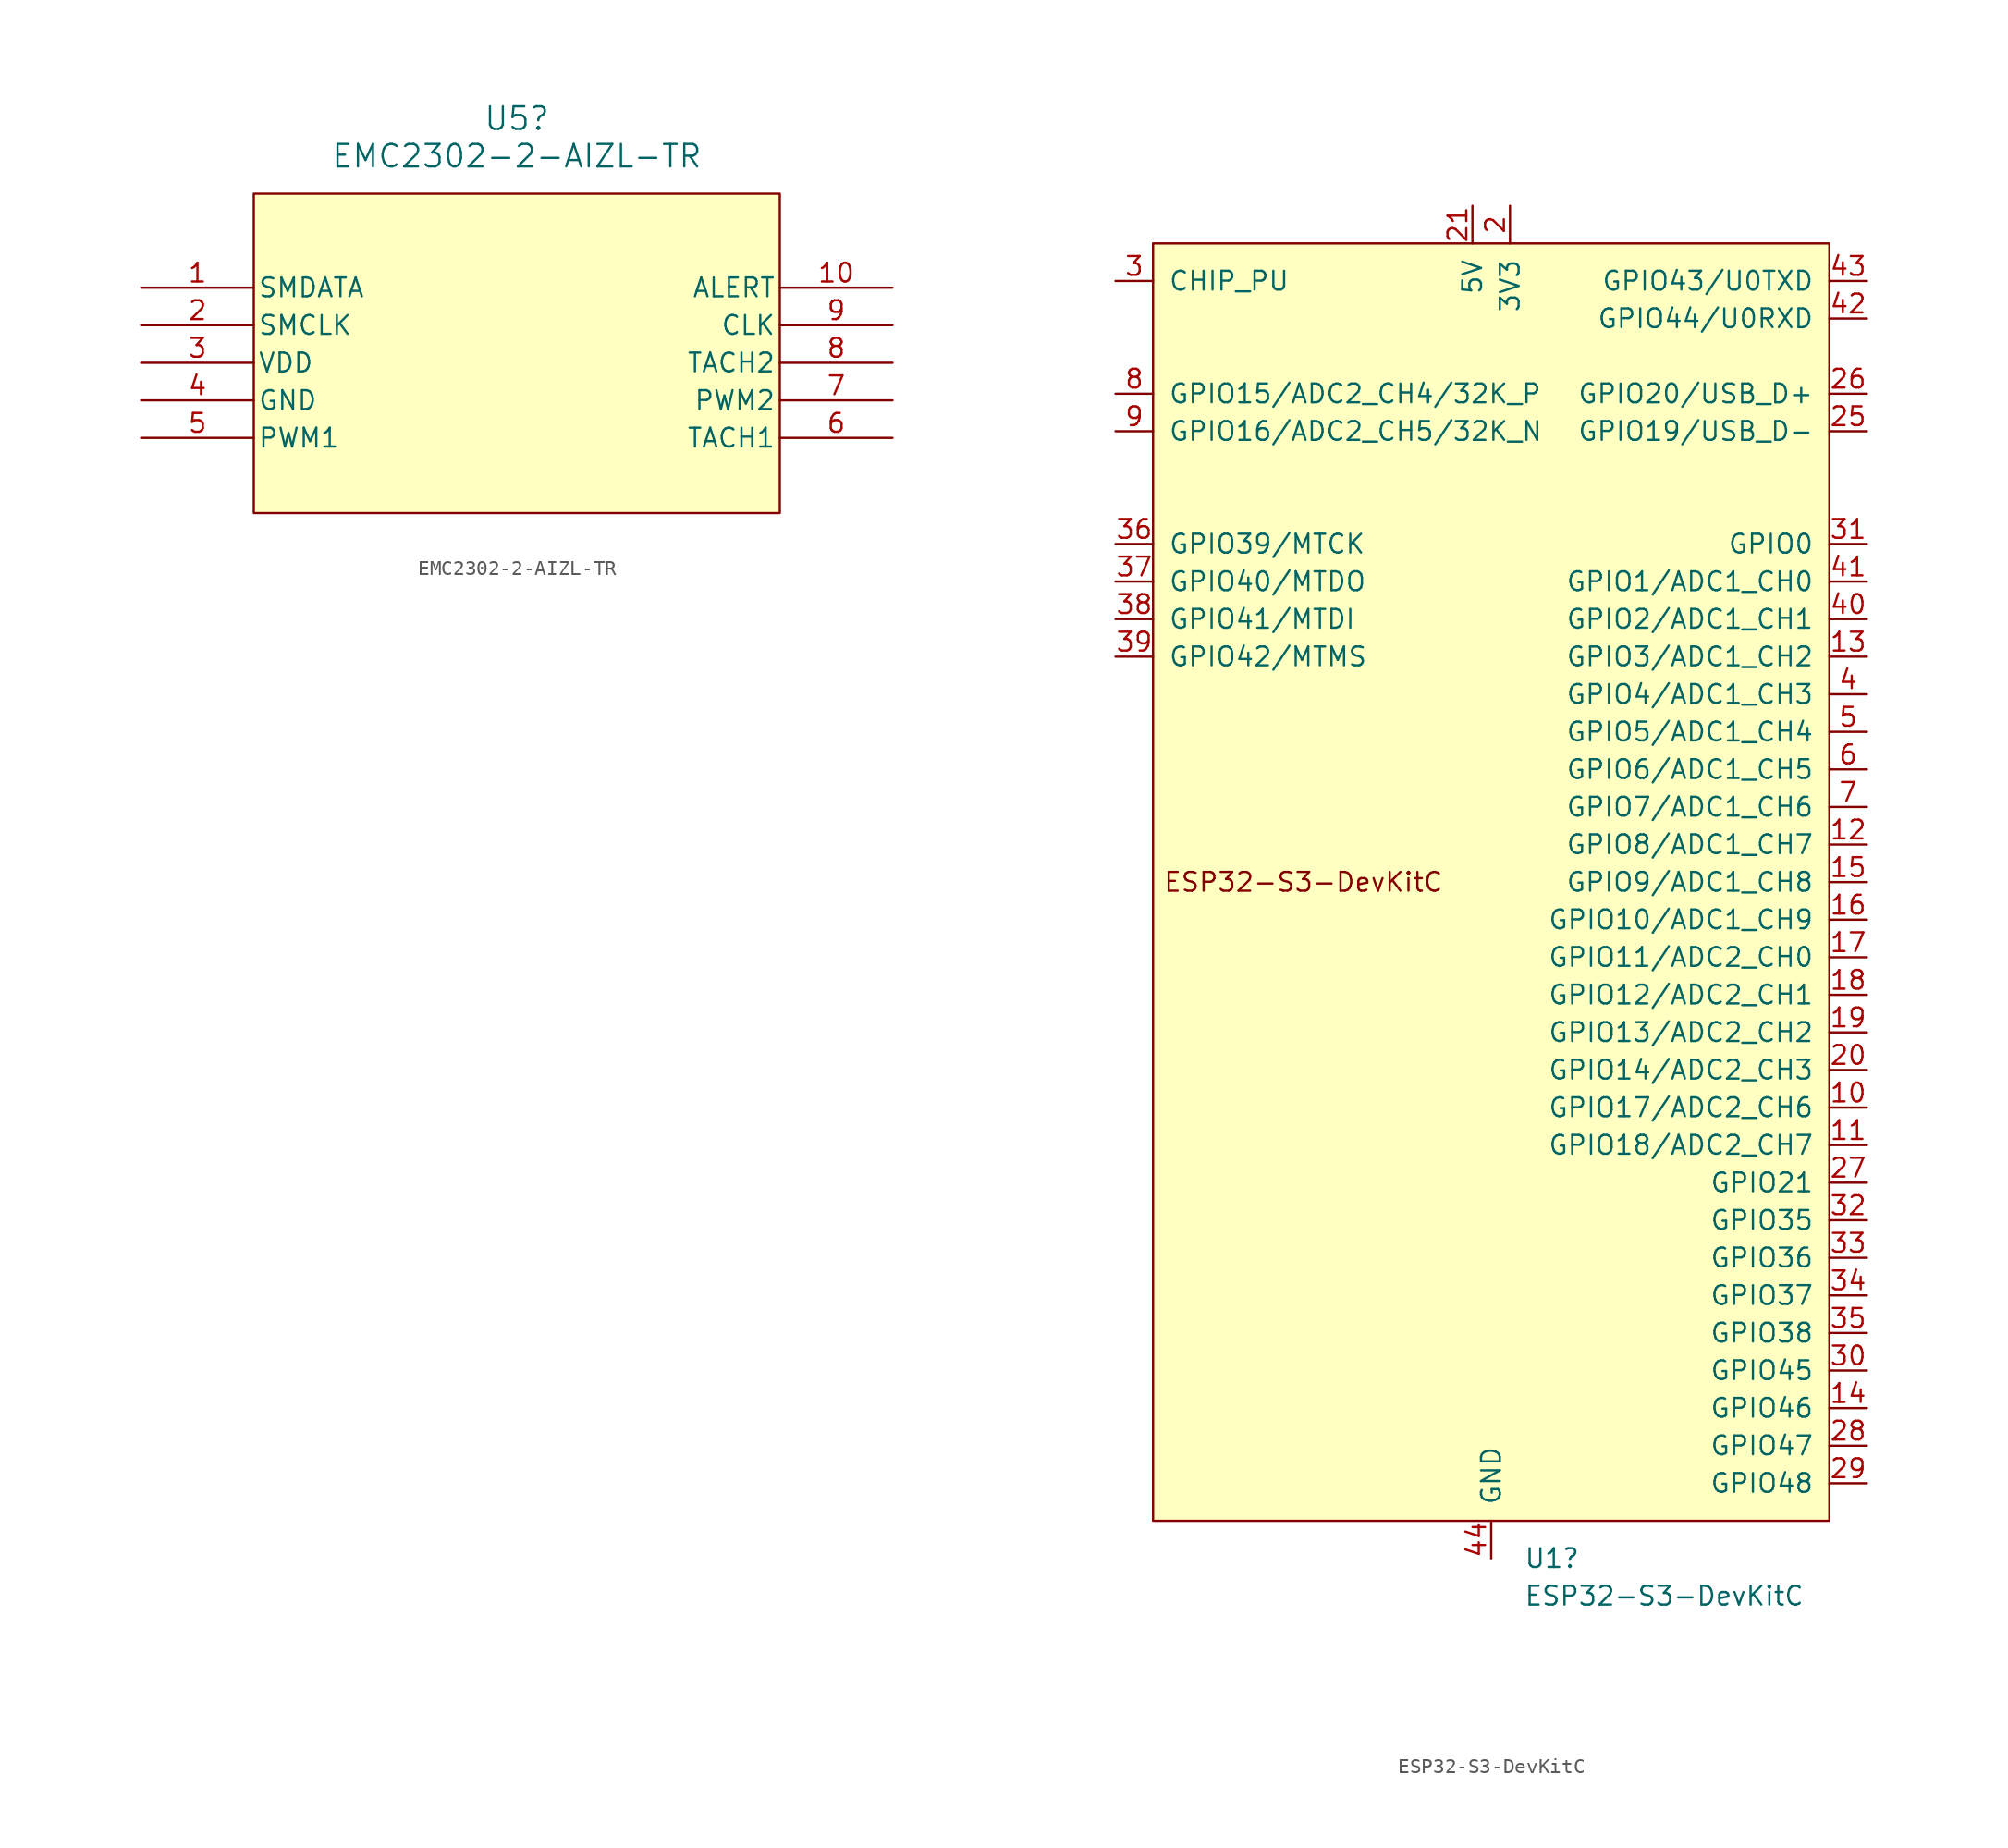
<source format=kicad_sym>
(kicad_symbol_lib
  (version 20231120)
  (generator "kicad_symbol_editor")
  (generator_version "8.0")
  (symbol "EMC2302-2-AIZL-TR"
    (pin_names
      (offset 0.254))
    (property "Reference" "U5"
      (at 25.4 11.43 0)
      (effects (font (size 1.524 1.524))))
    (property "Value" "EMC2302-2-AIZL-TR"
      (at 25.4 8.89 0)
      (effects (font (size 1.524 1.524))))
    (symbol "EMC2302-2-AIZL-TR_0_1"
      (rectangle (start 7.62 6.35) (end 43.18 -15.24) (stroke (width 0) (type default)) (fill (type background)))
      (pin bidirectional line (at 0 0 0) (length 7.62) (name "SMDATA" (effects (font (size 1.27 1.27)))) (number "1" (effects (font (size 1.27 1.27)))))
      (pin input line (at 0 -2.54 0) (length 7.62) (name "SMCLK" (effects (font (size 1.27 1.27)))) (number "2" (effects (font (size 1.27 1.27)))))
      (pin power_in line (at 0 -5.08 0) (length 7.62) (name "VDD" (effects (font (size 1.27 1.27)))) (number "3" (effects (font (size 1.27 1.27)))))
      (pin power_in line (at 0 -7.62 0) (length 7.62) (name "GND" (effects (font (size 1.27 1.27)))) (number "4" (effects (font (size 1.27 1.27)))))
      (pin output line (at 0 -10.16 0) (length 7.62) (name "PWM1" (effects (font (size 1.27 1.27)))) (number "5" (effects (font (size 1.27 1.27)))))
      (pin input line (at 50.8 -10.16 180) (length 7.62) (name "TACH1" (effects (font (size 1.27 1.27)))) (number "6" (effects (font (size 1.27 1.27)))))
      (pin output line (at 50.8 -7.62 180) (length 7.62) (name "PWM2" (effects (font (size 1.27 1.27)))) (number "7" (effects (font (size 1.27 1.27)))))
      (pin input line (at 50.8 -5.08 180) (length 7.62) (name "TACH2" (effects (font (size 1.27 1.27)))) (number "8" (effects (font (size 1.27 1.27)))))
      (pin bidirectional line (at 50.8 -2.54 180) (length 7.62) (name "CLK" (effects (font (size 1.27 1.27)))) (number "9" (effects (font (size 1.27 1.27))))))
    (symbol "EMC2302-2-AIZL-TR_1_1"
      (pin output line (at 50.8 0 180) (length 7.62) (name "ALERT" (effects (font (size 1.27 1.27)))) (number "10" (effects (font (size 1.27 1.27)))))))
  (symbol "ESP32-S3-DevKitC"
    (pin_names
      (offset 1.016))
    (property "Reference" "U1"
      (at 2.194 -45.72 0)
      (effects (font (size 1.27 1.27)) (justify left)))
    (property "Value" "ESP32-S3-DevKitC"
      (at 2.194 -48.26 0)
      (effects (font (size 1.27 1.27)) (justify left)))
    (symbol "ESP32-S3-DevKitC_0_0"
      (text "ESP32-S3-DevKitC" (at -12.7 0 0) (effects (font (size 1.27 1.27))))
      (pin bidirectional line (at 25.4 -35.56 180) (length 2.54) (name "GPIO46" (effects (font (size 1.27 1.27)))) (number "14" (effects (font (size 1.27 1.27)))))
      (pin bidirectional line (at 25.4 -10.16 180) (length 2.54) (name "GPIO13/ADC2_CH2" (effects (font (size 1.27 1.27)))) (number "19" (effects (font (size 1.27 1.27)))))
      (pin bidirectional line (at -25.4 15.24 0) (length 2.54) (name "GPIO42/MTMS" (effects (font (size 1.27 1.27)))) (number "39" (effects (font (size 1.27 1.27)))))
      (pin bidirectional line (at 25.4 17.78 180) (length 2.54) (name "GPIO2/ADC1_CH1" (effects (font (size 1.27 1.27)))) (number "40" (effects (font (size 1.27 1.27)))))
      (pin bidirectional line (at 25.4 20.32 180) (length 2.54) (name "GPIO1/ADC1_CH0" (effects (font (size 1.27 1.27)))) (number "41" (effects (font (size 1.27 1.27)))))
      (pin bidirectional line (at 25.4 38.1 180) (length 2.54) (name "GPIO44/U0RXD" (effects (font (size 1.27 1.27)))) (number "42" (effects (font (size 1.27 1.27)))))
      (pin bidirectional line (at 25.4 40.64 180) (length 2.54) (name "GPIO43/U0TXD" (effects (font (size 1.27 1.27)))) (number "43" (effects (font (size 1.27 1.27)))))
      (pin power_in line (at 0 -45.72 90) (length 2.54) (name "GND" (effects (font (size 1.27 1.27)))) (number "44" (effects (font (size 1.27 1.27))))))
    (symbol "ESP32-S3-DevKitC_0_1"
      (rectangle (start -22.86 43.18) (end 22.86 -43.18) (stroke (width 0) (type default)) (fill (type background)))
      (pin power_in line (at 1.27 45.72 270) (length 2.54) (name "3V3" (effects (font (size 1.27 1.27)))) (number "2" (effects (font (size 1.27 1.27))))))
    (symbol "ESP32-S3-DevKitC_1_1"
      (pin passive line (at 1.27 45.72 270) (length 2.54) hide (name "3V3" (effects (font (size 1.27 1.27)))) (number "1" (effects (font (size 1.27 1.27)))))
      (pin bidirectional line (at 25.4 -15.24 180) (length 2.54) (name "GPIO17/ADC2_CH6" (effects (font (size 1.27 1.27)))) (number "10" (effects (font (size 1.27 1.27)))))
      (pin bidirectional line (at 25.4 -17.78 180) (length 2.54) (name "GPIO18/ADC2_CH7" (effects (font (size 1.27 1.27)))) (number "11" (effects (font (size 1.27 1.27)))))
      (pin bidirectional line (at 25.4 2.54 180) (length 2.54) (name "GPIO8/ADC1_CH7" (effects (font (size 1.27 1.27)))) (number "12" (effects (font (size 1.27 1.27)))))
      (pin bidirectional line (at 25.4 15.24 180) (length 2.54) (name "GPIO3/ADC1_CH2" (effects (font (size 1.27 1.27)))) (number "13" (effects (font (size 1.27 1.27)))))
      (pin bidirectional line (at 25.4 0 180) (length 2.54) (name "GPIO9/ADC1_CH8" (effects (font (size 1.27 1.27)))) (number "15" (effects (font (size 1.27 1.27)))))
      (pin bidirectional line (at 25.4 -2.54 180) (length 2.54) (name "GPIO10/ADC1_CH9" (effects (font (size 1.27 1.27)))) (number "16" (effects (font (size 1.27 1.27)))))
      (pin bidirectional line (at 25.4 -5.08 180) (length 2.54) (name "GPIO11/ADC2_CH0" (effects (font (size 1.27 1.27)))) (number "17" (effects (font (size 1.27 1.27)))))
      (pin bidirectional line (at 25.4 -7.62 180) (length 2.54) (name "GPIO12/ADC2_CH1" (effects (font (size 1.27 1.27)))) (number "18" (effects (font (size 1.27 1.27)))))
      (pin bidirectional line (at 25.4 -12.7 180) (length 2.54) (name "GPIO14/ADC2_CH3" (effects (font (size 1.27 1.27)))) (number "20" (effects (font (size 1.27 1.27)))))
      (pin power_in line (at -1.27 45.72 270) (length 2.54) (name "5V" (effects (font (size 1.27 1.27)))) (number "21" (effects (font (size 1.27 1.27)))))
      (pin passive line (at 0 -45.72 90) (length 2.54) hide (name "GND" (effects (font (size 1.27 1.27)))) (number "22" (effects (font (size 1.27 1.27)))))
      (pin passive line (at 0 -45.72 90) (length 2.54) hide (name "GND" (effects (font (size 1.27 1.27)))) (number "23" (effects (font (size 1.27 1.27)))))
      (pin passive line (at 0 -45.72 90) (length 2.54) hide (name "GND" (effects (font (size 1.27 1.27)))) (number "24" (effects (font (size 1.27 1.27)))))
      (pin bidirectional line (at 25.4 30.48 180) (length 2.54) (name "GPIO19/USB_D-" (effects (font (size 1.27 1.27)))) (number "25" (effects (font (size 1.27 1.27)))))
      (pin bidirectional line (at 25.4 33.02 180) (length 2.54) (name "GPIO20/USB_D+" (effects (font (size 1.27 1.27)))) (number "26" (effects (font (size 1.27 1.27)))))
      (pin bidirectional line (at 25.4 -20.32 180) (length 2.54) (name "GPIO21" (effects (font (size 1.27 1.27)))) (number "27" (effects (font (size 1.27 1.27)))))
      (pin bidirectional line (at 25.4 -38.1 180) (length 2.54) (name "GPIO47" (effects (font (size 1.27 1.27)))) (number "28" (effects (font (size 1.27 1.27)))))
      (pin bidirectional line (at 25.4 -40.64 180) (length 2.54) (name "GPIO48" (effects (font (size 1.27 1.27)))) (number "29" (effects (font (size 1.27 1.27)))))
      (pin input line (at -25.4 40.64 0) (length 2.54) (name "CHIP_PU" (effects (font (size 1.27 1.27)))) (number "3" (effects (font (size 1.27 1.27)))))
      (pin bidirectional line (at 25.4 -33.02 180) (length 2.54) (name "GPIO45" (effects (font (size 1.27 1.27)))) (number "30" (effects (font (size 1.27 1.27)))))
      (pin bidirectional line (at 25.4 22.86 180) (length 2.54) (name "GPIO0" (effects (font (size 1.27 1.27)))) (number "31" (effects (font (size 1.27 1.27)))))
      (pin bidirectional line (at 25.4 -22.86 180) (length 2.54) (name "GPIO35" (effects (font (size 1.27 1.27)))) (number "32" (effects (font (size 1.27 1.27)))))
      (pin bidirectional line (at 25.4 -25.4 180) (length 2.54) (name "GPIO36" (effects (font (size 1.27 1.27)))) (number "33" (effects (font (size 1.27 1.27)))))
      (pin bidirectional line (at 25.4 -27.94 180) (length 2.54) (name "GPIO37" (effects (font (size 1.27 1.27)))) (number "34" (effects (font (size 1.27 1.27)))))
      (pin bidirectional line (at 25.4 -30.48 180) (length 2.54) (name "GPIO38" (effects (font (size 1.27 1.27)))) (number "35" (effects (font (size 1.27 1.27)))))
      (pin bidirectional line (at -25.4 22.86 0) (length 2.54) (name "GPIO39/MTCK" (effects (font (size 1.27 1.27)))) (number "36" (effects (font (size 1.27 1.27)))))
      (pin bidirectional line (at -25.4 20.32 0) (length 2.54) (name "GPIO40/MTDO" (effects (font (size 1.27 1.27)))) (number "37" (effects (font (size 1.27 1.27)))))
      (pin bidirectional line (at -25.4 17.78 0) (length 2.54) (name "GPIO41/MTDI" (effects (font (size 1.27 1.27)))) (number "38" (effects (font (size 1.27 1.27)))))
      (pin bidirectional line (at 25.4 12.7 180) (length 2.54) (name "GPIO4/ADC1_CH3" (effects (font (size 1.27 1.27)))) (number "4" (effects (font (size 1.27 1.27)))))
      (pin bidirectional line (at 25.4 10.16 180) (length 2.54) (name "GPIO5/ADC1_CH4" (effects (font (size 1.27 1.27)))) (number "5" (effects (font (size 1.27 1.27)))))
      (pin bidirectional line (at 25.4 7.62 180) (length 2.54) (name "GPIO6/ADC1_CH5" (effects (font (size 1.27 1.27)))) (number "6" (effects (font (size 1.27 1.27)))))
      (pin bidirectional line (at 25.4 5.08 180) (length 2.54) (name "GPIO7/ADC1_CH6" (effects (font (size 1.27 1.27)))) (number "7" (effects (font (size 1.27 1.27)))))
      (pin bidirectional line (at -25.4 33.02 0) (length 2.54) (name "GPIO15/ADC2_CH4/32K_P" (effects (font (size 1.27 1.27)))) (number "8" (effects (font (size 1.27 1.27)))))
      (pin bidirectional line (at -25.4 30.48 0) (length 2.54) (name "GPIO16/ADC2_CH5/32K_N" (effects (font (size 1.27 1.27)))) (number "9" (effects (font (size 1.27 1.27))))))))
</source>
